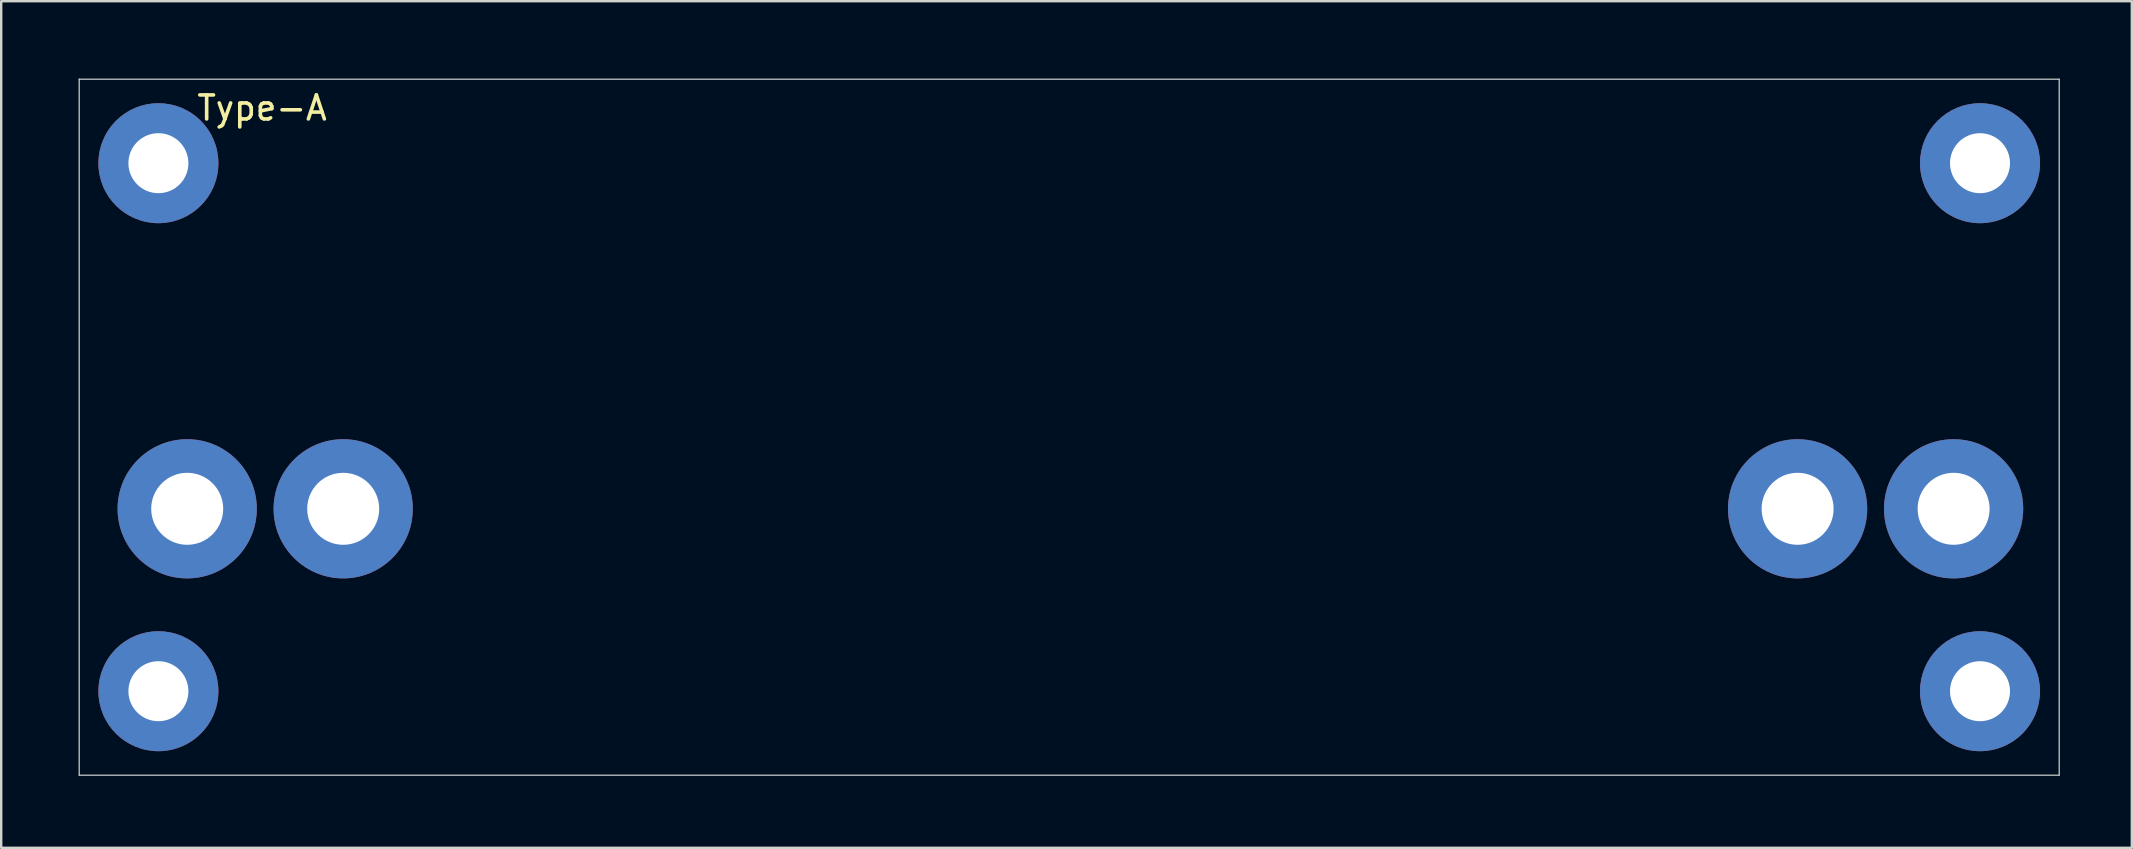
<source format=kicad_pcb>
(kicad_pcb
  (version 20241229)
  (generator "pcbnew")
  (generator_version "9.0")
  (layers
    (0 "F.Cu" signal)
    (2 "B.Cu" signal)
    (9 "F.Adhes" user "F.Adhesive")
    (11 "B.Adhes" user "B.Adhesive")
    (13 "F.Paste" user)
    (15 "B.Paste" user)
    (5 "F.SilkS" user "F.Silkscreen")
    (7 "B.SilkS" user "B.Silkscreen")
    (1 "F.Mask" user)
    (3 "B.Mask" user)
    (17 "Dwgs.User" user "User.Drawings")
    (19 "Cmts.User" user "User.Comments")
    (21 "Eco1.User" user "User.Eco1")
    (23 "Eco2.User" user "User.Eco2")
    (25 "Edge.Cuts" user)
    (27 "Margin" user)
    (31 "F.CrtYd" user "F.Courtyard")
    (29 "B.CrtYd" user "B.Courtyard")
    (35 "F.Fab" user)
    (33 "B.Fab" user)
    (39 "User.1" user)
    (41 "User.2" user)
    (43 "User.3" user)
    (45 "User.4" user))
  (footprint "Type-A"
    (layer "F.Cu")
    (at 0.25 0.25)
    (property "Reference" "Type-A" (at 7.62 1.2 0) (unlocked yes) (layer "F.SilkS") (effects (font (size 1 1) (thickness 0.15))))
    (attr through_hole)
    (fp_line (start 0 0) (end 82.5 0) (stroke (width 0.05) (type solid)) (layer "Edge.Cuts"))
    (fp_line (start 0 29) (end 0 0) (stroke (width 0.05) (type solid)) (layer "Edge.Cuts"))
    (fp_line (start 82.5 0) (end 82.5 29) (stroke (width 0.05) (type solid)) (layer "Edge.Cuts"))
    (fp_line (start 82.5 29) (end 0 29) (stroke (width 0.05) (type solid)) (layer "Edge.Cuts"))
    (pad "1" thru_hole circle (at 11 17.9) (size 5.8 5.8) (drill 3) (layers "*.Cu" "*.Mask"))
    (pad "1" thru_hole circle (at 71.6 17.9) (size 5.8 5.8) (drill 3) (layers "*.Cu" "*.Mask"))
    (pad "2" thru_hole circle (at 78.1 17.9) (size 5.8 5.8) (drill 3) (layers "*.Cu" "*.Mask"))
    (pad "3" thru_hole circle (at 4.5 17.9) (size 5.8 5.8) (drill 3) (layers "*.Cu" "*.Mask"))
    (pad "4" thru_hole circle (at 3.3 3.5) (size 5 5) (drill 2.5) (layers "*.Cu" "*.Mask"))
    (pad "4" thru_hole circle (at 3.3 25.5) (size 5 5) (drill 2.5) (layers "*.Cu" "*.Mask"))
    (pad "4" thru_hole circle (at 79.2 3.5) (size 5 5) (drill 2.5) (layers "*.Cu" "*.Mask"))
    (pad "4" thru_hole circle (at 79.2 25.5) (size 5 5) (drill 2.5) (layers "*.Cu" "*.Mask")))
  (gr_rect
    (start -3 -3)
    (end 85.775 32.275)
    (stroke (width 0.1) (type default))
    (fill no)
    (layer "Edge.Cuts")))
</source>
